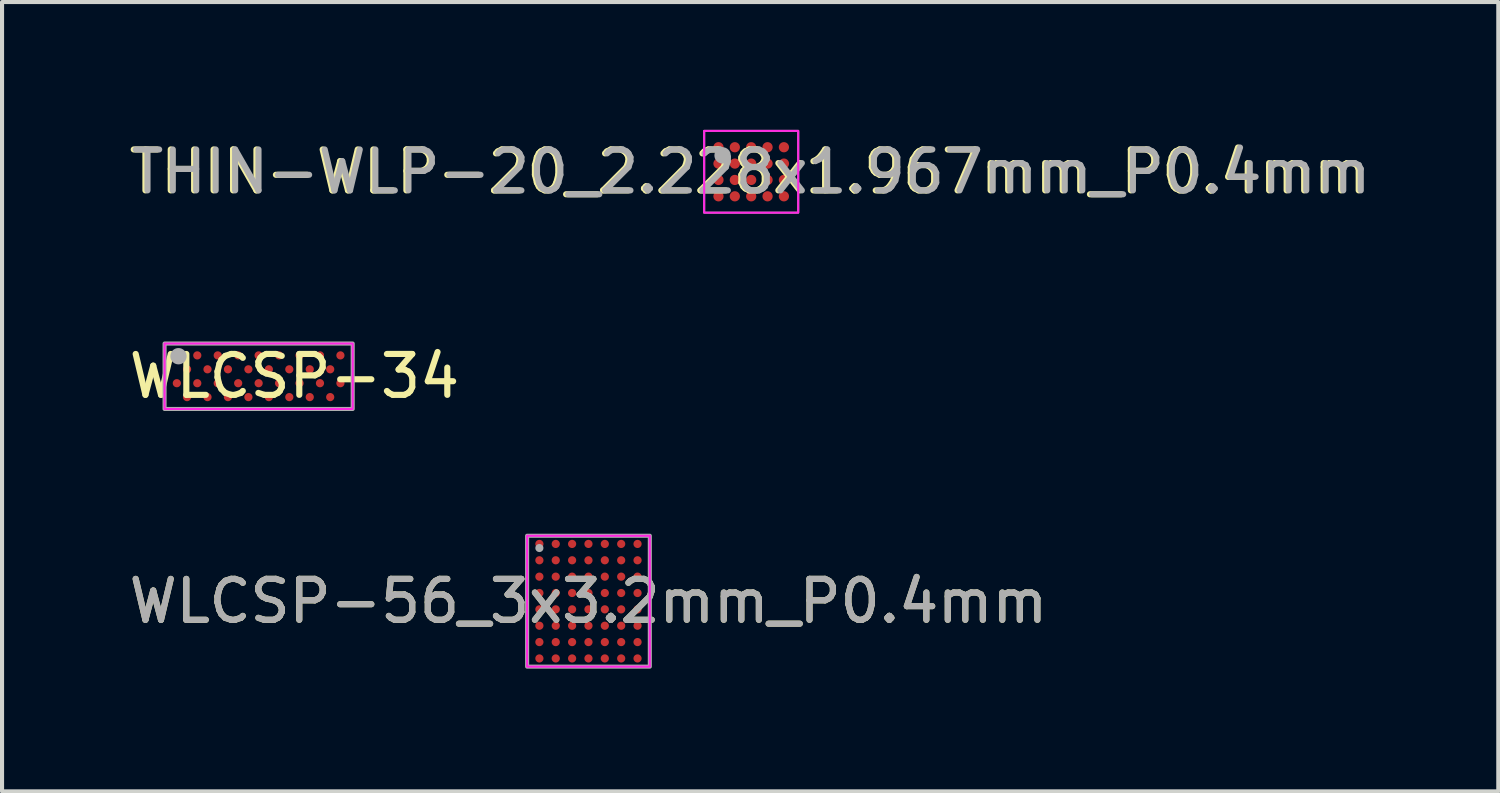
<source format=kicad_pcb>
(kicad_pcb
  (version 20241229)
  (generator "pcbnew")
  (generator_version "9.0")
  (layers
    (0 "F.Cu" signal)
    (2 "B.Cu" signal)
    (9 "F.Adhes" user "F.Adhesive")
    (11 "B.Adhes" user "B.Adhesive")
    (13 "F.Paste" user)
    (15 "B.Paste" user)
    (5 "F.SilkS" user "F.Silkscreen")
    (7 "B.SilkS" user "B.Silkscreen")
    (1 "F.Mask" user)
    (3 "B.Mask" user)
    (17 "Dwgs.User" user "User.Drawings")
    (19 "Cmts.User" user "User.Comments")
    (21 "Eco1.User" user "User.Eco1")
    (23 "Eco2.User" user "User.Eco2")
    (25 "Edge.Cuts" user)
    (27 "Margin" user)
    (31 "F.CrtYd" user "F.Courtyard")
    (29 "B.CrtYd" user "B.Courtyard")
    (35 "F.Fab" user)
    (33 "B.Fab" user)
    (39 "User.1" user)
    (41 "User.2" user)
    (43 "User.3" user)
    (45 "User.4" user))
  (footprint "WLCSP-56_3x3.2mm_P0.4mm"
    (layer "F.Cu")
    (at 11.339 11.65)
    (property "Reference" "WLCSP-56_3x3.2mm_P0.4mm" (at 0 0 0) (unlocked yes) (layer "F.SilkS") (effects (font (size 1 1) (thickness 0.15))))
    (attr smd)
    (fp_rect (start -1.5 -1.6) (end 1.5 1.6) (stroke (width 0.05) (type default)) (fill no) (layer "F.CrtYd"))
    (fp_rect (start -1.5 -1.6) (end 1.5 1.6) (stroke (width 0.1) (type default)) (fill no) (layer "F.Fab"))
    (fp_circle (center -1.2 -1.3) (end -1.15 -1.3) (stroke (width 0.1) (type default)) (fill no) (layer "F.Fab"))
    (fp_text user "${REFERENCE}" (at 0 0 0) (unlocked yes) (layer "F.Fab") (effects (font (size 1 1) (thickness 0.15))))
    (pad "A1" smd circle (at -1.2 -1.4) (size 0.2 0.2) (layers "F.Cu" "F.Mask" "F.Paste"))
    (pad "A2" smd circle (at -0.8 -1.4) (size 0.2 0.2) (layers "F.Cu" "F.Mask" "F.Paste"))
    (pad "A3" smd circle (at -0.4 -1.4) (size 0.2 0.2) (layers "F.Cu" "F.Mask" "F.Paste"))
    (pad "A4" smd circle (at 0 -1.4) (size 0.2 0.2) (layers "F.Cu" "F.Mask" "F.Paste"))
    (pad "A5" smd circle (at 0.4 -1.4) (size 0.2 0.2) (layers "F.Cu" "F.Mask" "F.Paste"))
    (pad "A6" smd circle (at 0.8 -1.4) (size 0.2 0.2) (layers "F.Cu" "F.Mask" "F.Paste"))
    (pad "A7" smd circle (at 1.2 -1.4) (size 0.2 0.2) (layers "F.Cu" "F.Mask" "F.Paste"))
    (pad "B1" smd circle (at -1.2 -1) (size 0.2 0.2) (layers "F.Cu" "F.Mask" "F.Paste"))
    (pad "B2" smd circle (at -0.8 -1) (size 0.2 0.2) (layers "F.Cu" "F.Mask" "F.Paste"))
    (pad "B3" smd circle (at -0.4 -1) (size 0.2 0.2) (layers "F.Cu" "F.Mask" "F.Paste"))
    (pad "B4" smd circle (at 0 -1) (size 0.2 0.2) (layers "F.Cu" "F.Mask" "F.Paste"))
    (pad "B5" smd circle (at 0.4 -1) (size 0.2 0.2) (layers "F.Cu" "F.Mask" "F.Paste"))
    (pad "B6" smd circle (at 0.8 -1) (size 0.2 0.2) (layers "F.Cu" "F.Mask" "F.Paste"))
    (pad "B7" smd circle (at 1.2 -1) (size 0.2 0.2) (layers "F.Cu" "F.Mask" "F.Paste"))
    (pad "C1" smd circle (at -1.2 -0.6) (size 0.2 0.2) (layers "F.Cu" "F.Mask" "F.Paste"))
    (pad "C2" smd circle (at -0.8 -0.6) (size 0.2 0.2) (layers "F.Cu" "F.Mask" "F.Paste"))
    (pad "C3" smd circle (at -0.4 -0.6) (size 0.2 0.2) (layers "F.Cu" "F.Mask" "F.Paste"))
    (pad "C4" smd circle (at 0 -0.6) (size 0.2 0.2) (layers "F.Cu" "F.Mask" "F.Paste"))
    (pad "C5" smd circle (at 0.4 -0.6) (size 0.2 0.2) (layers "F.Cu" "F.Mask" "F.Paste"))
    (pad "C6" smd circle (at 0.8 -0.6) (size 0.2 0.2) (layers "F.Cu" "F.Mask" "F.Paste"))
    (pad "C7" smd circle (at 1.2 -0.6) (size 0.2 0.2) (layers "F.Cu" "F.Mask" "F.Paste"))
    (pad "D1" smd circle (at -1.2 -0.2) (size 0.2 0.2) (layers "F.Cu" "F.Mask" "F.Paste"))
    (pad "D2" smd circle (at -0.8 -0.2) (size 0.2 0.2) (layers "F.Cu" "F.Mask" "F.Paste"))
    (pad "D3" smd circle (at -0.4 -0.2) (size 0.2 0.2) (layers "F.Cu" "F.Mask" "F.Paste"))
    (pad "D4" smd circle (at 0 -0.2) (size 0.2 0.2) (layers "F.Cu" "F.Mask" "F.Paste"))
    (pad "D5" smd circle (at 0.4 -0.2) (size 0.2 0.2) (layers "F.Cu" "F.Mask" "F.Paste"))
    (pad "D6" smd circle (at 0.8 -0.2) (size 0.2 0.2) (layers "F.Cu" "F.Mask" "F.Paste"))
    (pad "D7" smd circle (at 1.2 -0.2) (size 0.2 0.2) (layers "F.Cu" "F.Mask" "F.Paste"))
    (pad "E1" smd circle (at -1.2 0.2) (size 0.2 0.2) (layers "F.Cu" "F.Mask" "F.Paste"))
    (pad "E2" smd circle (at -0.8 0.2) (size 0.2 0.2) (layers "F.Cu" "F.Mask" "F.Paste"))
    (pad "E3" smd circle (at -0.4 0.2) (size 0.2 0.2) (layers "F.Cu" "F.Mask" "F.Paste"))
    (pad "E4" smd circle (at 0 0.2) (size 0.2 0.2) (layers "F.Cu" "F.Mask" "F.Paste"))
    (pad "E5" smd circle (at 0.4 0.2) (size 0.2 0.2) (layers "F.Cu" "F.Mask" "F.Paste"))
    (pad "E6" smd circle (at 0.8 0.2) (size 0.2 0.2) (layers "F.Cu" "F.Mask" "F.Paste"))
    (pad "E7" smd circle (at 1.2 0.2) (size 0.2 0.2) (layers "F.Cu" "F.Mask" "F.Paste"))
    (pad "F1" smd circle (at -1.2 0.6) (size 0.2 0.2) (layers "F.Cu" "F.Mask" "F.Paste"))
    (pad "F2" smd circle (at -0.8 0.6) (size 0.2 0.2) (layers "F.Cu" "F.Mask" "F.Paste"))
    (pad "F3" smd circle (at -0.4 0.6) (size 0.2 0.2) (layers "F.Cu" "F.Mask" "F.Paste"))
    (pad "F4" smd circle (at 0 0.6) (size 0.2 0.2) (layers "F.Cu" "F.Mask" "F.Paste"))
    (pad "F5" smd circle (at 0.4 0.6) (size 0.2 0.2) (layers "F.Cu" "F.Mask" "F.Paste"))
    (pad "F6" smd circle (at 0.8 0.6) (size 0.2 0.2) (layers "F.Cu" "F.Mask" "F.Paste"))
    (pad "F7" smd circle (at 1.2 0.6) (size 0.2 0.2) (layers "F.Cu" "F.Mask" "F.Paste"))
    (pad "G1" smd circle (at -1.2 1) (size 0.2 0.2) (layers "F.Cu" "F.Mask" "F.Paste"))
    (pad "G2" smd circle (at -0.8 1) (size 0.2 0.2) (layers "F.Cu" "F.Mask" "F.Paste"))
    (pad "G3" smd circle (at -0.4 1) (size 0.2 0.2) (layers "F.Cu" "F.Mask" "F.Paste"))
    (pad "G4" smd circle (at 0 1) (size 0.2 0.2) (layers "F.Cu" "F.Mask" "F.Paste"))
    (pad "G5" smd circle (at 0.4 1) (size 0.2 0.2) (layers "F.Cu" "F.Mask" "F.Paste"))
    (pad "G6" smd circle (at 0.8 1) (size 0.2 0.2) (layers "F.Cu" "F.Mask" "F.Paste"))
    (pad "G7" smd circle (at 1.2 1) (size 0.2 0.2) (layers "F.Cu" "F.Mask" "F.Paste"))
    (pad "H1" smd circle (at -1.2 1.4) (size 0.2 0.2) (layers "F.Cu" "F.Mask" "F.Paste"))
    (pad "H2" smd circle (at -0.8 1.4) (size 0.2 0.2) (layers "F.Cu" "F.Mask" "F.Paste"))
    (pad "H3" smd circle (at -0.4 1.4) (size 0.2 0.2) (layers "F.Cu" "F.Mask" "F.Paste"))
    (pad "H4" smd circle (at 0 1.4) (size 0.2 0.2) (layers "F.Cu" "F.Mask" "F.Paste"))
    (pad "H5" smd circle (at 0.4 1.4) (size 0.2 0.2) (layers "F.Cu" "F.Mask" "F.Paste"))
    (pad "H6" smd circle (at 0.8 1.4) (size 0.2 0.2) (layers "F.Cu" "F.Mask" "F.Paste"))
    (pad "H7" smd circle (at 1.2 1.4) (size 0.2 0.2) (layers "F.Cu" "F.Mask" "F.Paste")))
  (footprint "WLCSP-34"
    (layer "F.Cu")
    (at 3.274 6.15)
    (property "Reference" "WLCSP-34" (at 0.875 0 0) (layer "F.SilkS") (effects (font (size 1 1) (thickness 0.15))))
    (attr smd)
    (fp_rect (start -2.3 -0.8) (end 2.3 0.8) (stroke (width 0.05) (type default)) (fill no) (layer "F.CrtYd"))
    (fp_rect (start -2.3 -0.8) (end 2.3 0.8) (stroke (width 0.1) (type default)) (fill no) (layer "F.Fab"))
    (fp_circle (center -1.96 -0.49) (end -1.86 -0.49) (stroke (width 0.2) (type solid)) (fill no) (layer "F.Fab"))
    (pad "A1" smd circle (at -2 -0.51) (size 0.2 0.2) (layers "F.Cu" "F.Mask" "F.Paste"))
    (pad "A3" smd circle (at -1.5 -0.51) (size 0.2 0.2) (layers "F.Cu" "F.Mask" "F.Paste"))
    (pad "A5" smd circle (at -1 -0.51) (size 0.2 0.2) (layers "F.Cu" "F.Mask" "F.Paste"))
    (pad "A7" smd circle (at -0.5 -0.51) (size 0.2 0.2) (layers "F.Cu" "F.Mask" "F.Paste"))
    (pad "A9" smd circle (at 0 -0.51) (size 0.2 0.2) (layers "F.Cu" "F.Mask" "F.Paste"))
    (pad "A11" smd circle (at 0.5 -0.51) (size 0.2 0.2) (layers "F.Cu" "F.Mask" "F.Paste"))
    (pad "A13" smd circle (at 1 -0.51) (size 0.2 0.2) (layers "F.Cu" "F.Mask" "F.Paste"))
    (pad "A15" smd circle (at 1.5 -0.51) (size 0.2 0.2) (layers "F.Cu" "F.Mask" "F.Paste"))
    (pad "A17" smd circle (at 2 -0.51) (size 0.2 0.2) (layers "F.Cu" "F.Mask" "F.Paste"))
    (pad "B2" smd circle (at -1.75 -0.17) (size 0.2 0.2) (layers "F.Cu" "F.Mask" "F.Paste"))
    (pad "B4" smd circle (at -1.25 -0.17) (size 0.2 0.2) (layers "F.Cu" "F.Mask" "F.Paste"))
    (pad "B6" smd circle (at -0.75 -0.17) (size 0.2 0.2) (layers "F.Cu" "F.Mask" "F.Paste"))
    (pad "B8" smd circle (at -0.25 -0.17) (size 0.2 0.2) (layers "F.Cu" "F.Mask" "F.Paste"))
    (pad "B10" smd circle (at 0.25 -0.17) (size 0.2 0.2) (layers "F.Cu" "F.Mask" "F.Paste"))
    (pad "B12" smd circle (at 0.75 -0.17) (size 0.2 0.2) (layers "F.Cu" "F.Mask" "F.Paste"))
    (pad "B14" smd circle (at 1.25 -0.17) (size 0.2 0.2) (layers "F.Cu" "F.Mask" "F.Paste"))
    (pad "B16" smd circle (at 1.75 -0.17) (size 0.2 0.2) (layers "F.Cu" "F.Mask" "F.Paste"))
    (pad "C1" smd circle (at -2 0.17) (size 0.2 0.2) (layers "F.Cu" "F.Mask" "F.Paste"))
    (pad "C3" smd circle (at -1.5 0.17) (size 0.2 0.2) (layers "F.Cu" "F.Mask" "F.Paste"))
    (pad "C5" smd circle (at -1 0.17) (size 0.2 0.2) (layers "F.Cu" "F.Mask" "F.Paste"))
    (pad "C7" smd circle (at -0.5 0.17) (size 0.2 0.2) (layers "F.Cu" "F.Mask" "F.Paste"))
    (pad "C9" smd circle (at 0 0.17) (size 0.2 0.2) (layers "F.Cu" "F.Mask" "F.Paste"))
    (pad "C11" smd circle (at 0.5 0.17) (size 0.2 0.2) (layers "F.Cu" "F.Mask" "F.Paste"))
    (pad "C13" smd circle (at 1 0.17) (size 0.2 0.2) (layers "F.Cu" "F.Mask" "F.Paste"))
    (pad "C15" smd circle (at 1.5 0.17) (size 0.2 0.2) (layers "F.Cu" "F.Mask" "F.Paste"))
    (pad "C17" smd circle (at 2 0.17) (size 0.2 0.2) (layers "F.Cu" "F.Mask" "F.Paste"))
    (pad "D2" smd circle (at -1.75 0.51) (size 0.2 0.2) (layers "F.Cu" "F.Mask" "F.Paste"))
    (pad "D4" smd circle (at -1.25 0.51) (size 0.2 0.2) (layers "F.Cu" "F.Mask" "F.Paste"))
    (pad "D6" smd circle (at -0.75 0.51) (size 0.2 0.2) (layers "F.Cu" "F.Mask" "F.Paste"))
    (pad "D8" smd circle (at -0.25 0.51) (size 0.2 0.2) (layers "F.Cu" "F.Mask" "F.Paste"))
    (pad "D10" smd circle (at 0.25 0.51) (size 0.2 0.2) (layers "F.Cu" "F.Mask" "F.Paste"))
    (pad "D12" smd circle (at 0.75 0.51) (size 0.2 0.2) (layers "F.Cu" "F.Mask" "F.Paste"))
    (pad "D14" smd circle (at 1.25 0.51) (size 0.2 0.2) (layers "F.Cu" "F.Mask" "F.Paste"))
    (pad "D16" smd circle (at 1.75 0.51) (size 0.2 0.2) (layers "F.Cu" "F.Mask" "F.Paste")))
  (footprint "THIN-WLP-20_2.228x1.967mm_P0.4mm"
    (layer "F.Cu")
    (at 15.318 1.15)
    (property "Reference" "THIN-WLP-20_2.228x1.967mm_P0.4mm" (at -0.05 0 0) (unlocked yes) (layer "F.SilkS") (effects (font (size 1 1) (thickness 0.15))))
    (attr smd)
    (fp_line (start -1.25 -1.1) (end -0.95 -1.1) (stroke (width 0.1) (type solid)) (layer "Eco1.User"))
    (fp_line (start -1.25 -0.8) (end -1.25 -1.1) (stroke (width 0.1) (type solid)) (layer "Eco1.User"))
    (fp_line (start -1.25 0.8) (end -1.25 1.1) (stroke (width 0.1) (type solid)) (layer "Eco1.User"))
    (fp_line (start -1.25 1.1) (end -0.95 1.1) (stroke (width 0.1) (type solid)) (layer "Eco1.User"))
    (fp_line (start 1.25 -1.1) (end 0.95 -1.1) (stroke (width 0.1) (type solid)) (layer "Eco1.User"))
    (fp_line (start 1.25 -0.8) (end 1.25 -1.1) (stroke (width 0.1) (type solid)) (layer "Eco1.User"))
    (fp_line (start 1.25 0.8) (end 1.25 1.1) (stroke (width 0.1) (type solid)) (layer "Eco1.User"))
    (fp_line (start 1.25 1.1) (end 0.95 1.1) (stroke (width 0.1) (type solid)) (layer "Eco1.User"))
    (fp_rect (start -1.15 -1) (end 1.15 1) (stroke (width 0.05) (type default)) (fill no) (layer "F.CrtYd"))
    (fp_rect (start -1.15 -1) (end 1.15 1) (stroke (width 0.05) (type solid)) (fill no) (layer "F.Fab"))
    (fp_circle (center -0.7 -0.4) (end -0.6 -0.4) (stroke (width 0.2) (type default)) (fill no) (layer "F.Fab"))
    (fp_text user "${REFERENCE}" (at 0 0 0) (unlocked yes) (layer "F.Fab") (effects (font (size 1 1) (thickness 0.15))))
    (pad "A1" smd circle (at -0.8 -0.6) (size 0.25 0.25) (layers "F.Cu" "F.Mask" "F.Paste"))
    (pad "A2" smd circle (at -0.4 -0.6) (size 0.25 0.25) (layers "F.Cu" "F.Mask" "F.Paste"))
    (pad "A3" smd circle (at 0 -0.6) (size 0.25 0.25) (layers "F.Cu" "F.Mask" "F.Paste"))
    (pad "A4" smd circle (at 0.4 -0.6) (size 0.25 0.25) (layers "F.Cu" "F.Mask" "F.Paste"))
    (pad "A5" smd circle (at 0.8 -0.6) (size 0.25 0.25) (layers "F.Cu" "F.Mask" "F.Paste"))
    (pad "B1" smd circle (at -0.8 -0.2) (size 0.25 0.25) (layers "F.Cu" "F.Mask" "F.Paste"))
    (pad "B2" smd circle (at -0.4 -0.2) (size 0.25 0.25) (layers "F.Cu" "F.Mask" "F.Paste"))
    (pad "B3" smd circle (at 0 -0.2) (size 0.25 0.25) (layers "F.Cu" "F.Mask" "F.Paste"))
    (pad "B4" smd circle (at 0.4 -0.2) (size 0.25 0.25) (layers "F.Cu" "F.Mask" "F.Paste"))
    (pad "B5" smd circle (at 0.8 -0.2) (size 0.25 0.25) (layers "F.Cu" "F.Mask" "F.Paste"))
    (pad "C1" smd circle (at -0.8 0.2) (size 0.25 0.25) (layers "F.Cu" "F.Mask" "F.Paste"))
    (pad "C2" smd circle (at -0.4 0.2) (size 0.25 0.25) (layers "F.Cu" "F.Mask" "F.Paste"))
    (pad "C3" smd circle (at 0 0.2) (size 0.25 0.25) (layers "F.Cu" "F.Mask" "F.Paste"))
    (pad "C4" smd circle (at 0.4 0.2) (size 0.25 0.25) (layers "F.Cu" "F.Mask" "F.Paste"))
    (pad "C5" smd circle (at 0.8 0.2) (size 0.25 0.25) (layers "F.Cu" "F.Mask" "F.Paste"))
    (pad "D1" smd circle (at -0.8 0.6) (size 0.25 0.25) (layers "F.Cu" "F.Mask" "F.Paste"))
    (pad "D2" smd circle (at -0.4 0.6) (size 0.25 0.25) (layers "F.Cu" "F.Mask" "F.Paste"))
    (pad "D3" smd circle (at 0 0.6) (size 0.25 0.25) (layers "F.Cu" "F.Mask" "F.Paste"))
    (pad "D4" smd circle (at 0.4 0.6) (size 0.25 0.25) (layers "F.Cu" "F.Mask" "F.Paste"))
    (pad "D5" smd circle (at 0.8 0.6) (size 0.25 0.25) (layers "F.Cu" "F.Mask" "F.Paste")))
  (gr_rect
    (start -3 -3)
    (end 33.586 16.3)
    (stroke (width 0.1) (type default))
    (fill no)
    (layer "Edge.Cuts")))
</source>
